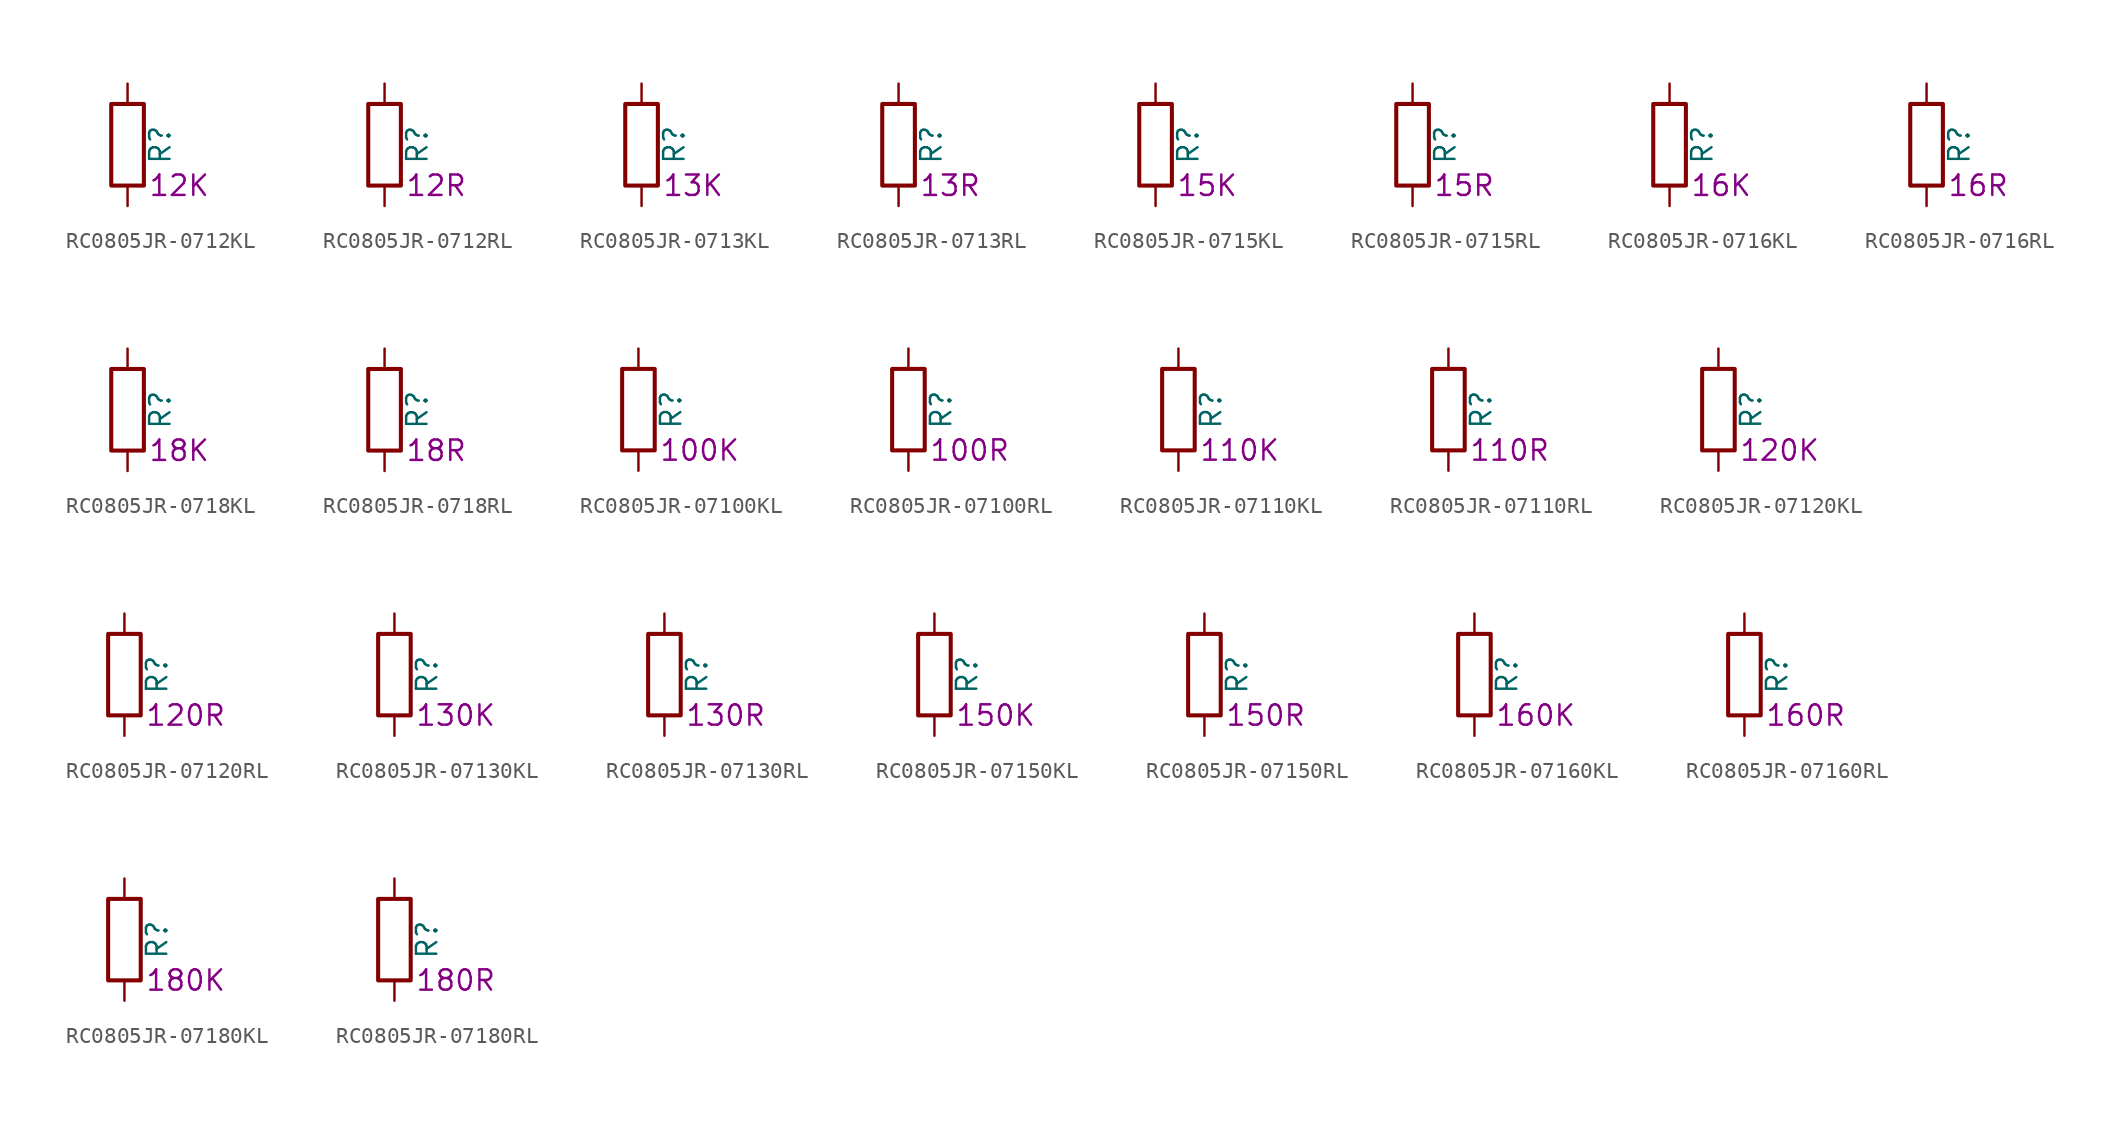
<source format=kicad_sym>
(kicad_symbol_lib
  (version 20220914)
  (generator kicad_symbol_editor)
  (symbol "RC0805JR-0712KL"
    (pin_numbers hide)
    (pin_names
      (offset 0))
    (property "Reference" "R"
      (at 2.032 0 90)
      (effects (font (size 1.27 1.27))))
    (property "Resistance" "12K"
      (at 1.27 -2.54 0)
      (effects (font (size 1.27 1.27)) (justify left)))
    (symbol "RC0805JR-0712KL_0_1"
      (rectangle (start -1.016 -2.54) (end 1.016 2.54) (stroke (width 0.254) (type default)) (fill (type none))))
    (symbol "RC0805JR-0712KL_1_1"
      (pin passive line (at 0 3.81 270) (length 1.27) (name "~" (effects (font (size 1.27 1.27)))) (number "1" (effects (font (size 1.27 1.27)))))
      (pin passive line (at 0 -3.81 90) (length 1.27) (name "~" (effects (font (size 1.27 1.27)))) (number "2" (effects (font (size 1.27 1.27)))))))
  (symbol "RC0805JR-0712RL"
    (pin_numbers hide)
    (pin_names
      (offset 0))
    (property "Reference" "R"
      (at 2.032 0 90)
      (effects (font (size 1.27 1.27))))
    (property "Resistance" "12R"
      (at 1.27 -2.54 0)
      (effects (font (size 1.27 1.27)) (justify left)))
    (symbol "RC0805JR-0712RL_0_1"
      (rectangle (start -1.016 -2.54) (end 1.016 2.54) (stroke (width 0.254) (type default)) (fill (type none))))
    (symbol "RC0805JR-0712RL_1_1"
      (pin passive line (at 0 3.81 270) (length 1.27) (name "~" (effects (font (size 1.27 1.27)))) (number "1" (effects (font (size 1.27 1.27)))))
      (pin passive line (at 0 -3.81 90) (length 1.27) (name "~" (effects (font (size 1.27 1.27)))) (number "2" (effects (font (size 1.27 1.27)))))))
  (symbol "RC0805JR-0713KL"
    (pin_numbers hide)
    (pin_names
      (offset 0))
    (property "Reference" "R"
      (at 2.032 0 90)
      (effects (font (size 1.27 1.27))))
    (property "Resistance" "13K"
      (at 1.27 -2.54 0)
      (effects (font (size 1.27 1.27)) (justify left)))
    (symbol "RC0805JR-0713KL_0_1"
      (rectangle (start -1.016 -2.54) (end 1.016 2.54) (stroke (width 0.254) (type default)) (fill (type none))))
    (symbol "RC0805JR-0713KL_1_1"
      (pin passive line (at 0 3.81 270) (length 1.27) (name "~" (effects (font (size 1.27 1.27)))) (number "1" (effects (font (size 1.27 1.27)))))
      (pin passive line (at 0 -3.81 90) (length 1.27) (name "~" (effects (font (size 1.27 1.27)))) (number "2" (effects (font (size 1.27 1.27)))))))
  (symbol "RC0805JR-0713RL"
    (pin_numbers hide)
    (pin_names
      (offset 0))
    (property "Reference" "R"
      (at 2.032 0 90)
      (effects (font (size 1.27 1.27))))
    (property "Resistance" "13R"
      (at 1.27 -2.54 0)
      (effects (font (size 1.27 1.27)) (justify left)))
    (symbol "RC0805JR-0713RL_0_1"
      (rectangle (start -1.016 -2.54) (end 1.016 2.54) (stroke (width 0.254) (type default)) (fill (type none))))
    (symbol "RC0805JR-0713RL_1_1"
      (pin passive line (at 0 3.81 270) (length 1.27) (name "~" (effects (font (size 1.27 1.27)))) (number "1" (effects (font (size 1.27 1.27)))))
      (pin passive line (at 0 -3.81 90) (length 1.27) (name "~" (effects (font (size 1.27 1.27)))) (number "2" (effects (font (size 1.27 1.27)))))))
  (symbol "RC0805JR-0715KL"
    (pin_numbers hide)
    (pin_names
      (offset 0))
    (property "Reference" "R"
      (at 2.032 0 90)
      (effects (font (size 1.27 1.27))))
    (property "Resistance" "15K"
      (at 1.27 -2.54 0)
      (effects (font (size 1.27 1.27)) (justify left)))
    (symbol "RC0805JR-0715KL_0_1"
      (rectangle (start -1.016 -2.54) (end 1.016 2.54) (stroke (width 0.254) (type default)) (fill (type none))))
    (symbol "RC0805JR-0715KL_1_1"
      (pin passive line (at 0 3.81 270) (length 1.27) (name "~" (effects (font (size 1.27 1.27)))) (number "1" (effects (font (size 1.27 1.27)))))
      (pin passive line (at 0 -3.81 90) (length 1.27) (name "~" (effects (font (size 1.27 1.27)))) (number "2" (effects (font (size 1.27 1.27)))))))
  (symbol "RC0805JR-0715RL"
    (pin_numbers hide)
    (pin_names
      (offset 0))
    (property "Reference" "R"
      (at 2.032 0 90)
      (effects (font (size 1.27 1.27))))
    (property "Resistance" "15R"
      (at 1.27 -2.54 0)
      (effects (font (size 1.27 1.27)) (justify left)))
    (symbol "RC0805JR-0715RL_0_1"
      (rectangle (start -1.016 -2.54) (end 1.016 2.54) (stroke (width 0.254) (type default)) (fill (type none))))
    (symbol "RC0805JR-0715RL_1_1"
      (pin passive line (at 0 3.81 270) (length 1.27) (name "~" (effects (font (size 1.27 1.27)))) (number "1" (effects (font (size 1.27 1.27)))))
      (pin passive line (at 0 -3.81 90) (length 1.27) (name "~" (effects (font (size 1.27 1.27)))) (number "2" (effects (font (size 1.27 1.27)))))))
  (symbol "RC0805JR-0716KL"
    (pin_numbers hide)
    (pin_names
      (offset 0))
    (property "Reference" "R"
      (at 2.032 0 90)
      (effects (font (size 1.27 1.27))))
    (property "Resistance" "16K"
      (at 1.27 -2.54 0)
      (effects (font (size 1.27 1.27)) (justify left)))
    (symbol "RC0805JR-0716KL_0_1"
      (rectangle (start -1.016 -2.54) (end 1.016 2.54) (stroke (width 0.254) (type default)) (fill (type none))))
    (symbol "RC0805JR-0716KL_1_1"
      (pin passive line (at 0 3.81 270) (length 1.27) (name "~" (effects (font (size 1.27 1.27)))) (number "1" (effects (font (size 1.27 1.27)))))
      (pin passive line (at 0 -3.81 90) (length 1.27) (name "~" (effects (font (size 1.27 1.27)))) (number "2" (effects (font (size 1.27 1.27)))))))
  (symbol "RC0805JR-0716RL"
    (pin_numbers hide)
    (pin_names
      (offset 0))
    (property "Reference" "R"
      (at 2.032 0 90)
      (effects (font (size 1.27 1.27))))
    (property "Resistance" "16R"
      (at 1.27 -2.54 0)
      (effects (font (size 1.27 1.27)) (justify left)))
    (symbol "RC0805JR-0716RL_0_1"
      (rectangle (start -1.016 -2.54) (end 1.016 2.54) (stroke (width 0.254) (type default)) (fill (type none))))
    (symbol "RC0805JR-0716RL_1_1"
      (pin passive line (at 0 3.81 270) (length 1.27) (name "~" (effects (font (size 1.27 1.27)))) (number "1" (effects (font (size 1.27 1.27)))))
      (pin passive line (at 0 -3.81 90) (length 1.27) (name "~" (effects (font (size 1.27 1.27)))) (number "2" (effects (font (size 1.27 1.27)))))))
  (symbol "RC0805JR-0718KL"
    (pin_numbers hide)
    (pin_names
      (offset 0))
    (property "Reference" "R"
      (at 2.032 0 90)
      (effects (font (size 1.27 1.27))))
    (property "Resistance" "18K"
      (at 1.27 -2.54 0)
      (effects (font (size 1.27 1.27)) (justify left)))
    (symbol "RC0805JR-0718KL_0_1"
      (rectangle (start -1.016 -2.54) (end 1.016 2.54) (stroke (width 0.254) (type default)) (fill (type none))))
    (symbol "RC0805JR-0718KL_1_1"
      (pin passive line (at 0 3.81 270) (length 1.27) (name "~" (effects (font (size 1.27 1.27)))) (number "1" (effects (font (size 1.27 1.27)))))
      (pin passive line (at 0 -3.81 90) (length 1.27) (name "~" (effects (font (size 1.27 1.27)))) (number "2" (effects (font (size 1.27 1.27)))))))
  (symbol "RC0805JR-0718RL"
    (pin_numbers hide)
    (pin_names
      (offset 0))
    (property "Reference" "R"
      (at 2.032 0 90)
      (effects (font (size 1.27 1.27))))
    (property "Resistance" "18R"
      (at 1.27 -2.54 0)
      (effects (font (size 1.27 1.27)) (justify left)))
    (symbol "RC0805JR-0718RL_0_1"
      (rectangle (start -1.016 -2.54) (end 1.016 2.54) (stroke (width 0.254) (type default)) (fill (type none))))
    (symbol "RC0805JR-0718RL_1_1"
      (pin passive line (at 0 3.81 270) (length 1.27) (name "~" (effects (font (size 1.27 1.27)))) (number "1" (effects (font (size 1.27 1.27)))))
      (pin passive line (at 0 -3.81 90) (length 1.27) (name "~" (effects (font (size 1.27 1.27)))) (number "2" (effects (font (size 1.27 1.27)))))))
  (symbol "RC0805JR-07100KL"
    (pin_numbers hide)
    (pin_names
      (offset 0))
    (property "Reference" "R"
      (at 2.032 0 90)
      (effects (font (size 1.27 1.27))))
    (property "Resistance" "100K"
      (at 1.27 -2.54 0)
      (effects (font (size 1.27 1.27)) (justify left)))
    (symbol "RC0805JR-07100KL_0_1"
      (rectangle (start -1.016 -2.54) (end 1.016 2.54) (stroke (width 0.254) (type default)) (fill (type none))))
    (symbol "RC0805JR-07100KL_1_1"
      (pin passive line (at 0 3.81 270) (length 1.27) (name "~" (effects (font (size 1.27 1.27)))) (number "1" (effects (font (size 1.27 1.27)))))
      (pin passive line (at 0 -3.81 90) (length 1.27) (name "~" (effects (font (size 1.27 1.27)))) (number "2" (effects (font (size 1.27 1.27)))))))
  (symbol "RC0805JR-07100RL"
    (pin_numbers hide)
    (pin_names
      (offset 0))
    (property "Reference" "R"
      (at 2.032 0 90)
      (effects (font (size 1.27 1.27))))
    (property "Resistance" "100R"
      (at 1.27 -2.54 0)
      (effects (font (size 1.27 1.27)) (justify left)))
    (symbol "RC0805JR-07100RL_0_1"
      (rectangle (start -1.016 -2.54) (end 1.016 2.54) (stroke (width 0.254) (type default)) (fill (type none))))
    (symbol "RC0805JR-07100RL_1_1"
      (pin passive line (at 0 3.81 270) (length 1.27) (name "~" (effects (font (size 1.27 1.27)))) (number "1" (effects (font (size 1.27 1.27)))))
      (pin passive line (at 0 -3.81 90) (length 1.27) (name "~" (effects (font (size 1.27 1.27)))) (number "2" (effects (font (size 1.27 1.27)))))))
  (symbol "RC0805JR-07110KL"
    (pin_numbers hide)
    (pin_names
      (offset 0))
    (property "Reference" "R"
      (at 2.032 0 90)
      (effects (font (size 1.27 1.27))))
    (property "Resistance" "110K"
      (at 1.27 -2.54 0)
      (effects (font (size 1.27 1.27)) (justify left)))
    (symbol "RC0805JR-07110KL_0_1"
      (rectangle (start -1.016 -2.54) (end 1.016 2.54) (stroke (width 0.254) (type default)) (fill (type none))))
    (symbol "RC0805JR-07110KL_1_1"
      (pin passive line (at 0 3.81 270) (length 1.27) (name "~" (effects (font (size 1.27 1.27)))) (number "1" (effects (font (size 1.27 1.27)))))
      (pin passive line (at 0 -3.81 90) (length 1.27) (name "~" (effects (font (size 1.27 1.27)))) (number "2" (effects (font (size 1.27 1.27)))))))
  (symbol "RC0805JR-07110RL"
    (pin_numbers hide)
    (pin_names
      (offset 0))
    (property "Reference" "R"
      (at 2.032 0 90)
      (effects (font (size 1.27 1.27))))
    (property "Resistance" "110R"
      (at 1.27 -2.54 0)
      (effects (font (size 1.27 1.27)) (justify left)))
    (symbol "RC0805JR-07110RL_0_1"
      (rectangle (start -1.016 -2.54) (end 1.016 2.54) (stroke (width 0.254) (type default)) (fill (type none))))
    (symbol "RC0805JR-07110RL_1_1"
      (pin passive line (at 0 3.81 270) (length 1.27) (name "~" (effects (font (size 1.27 1.27)))) (number "1" (effects (font (size 1.27 1.27)))))
      (pin passive line (at 0 -3.81 90) (length 1.27) (name "~" (effects (font (size 1.27 1.27)))) (number "2" (effects (font (size 1.27 1.27)))))))
  (symbol "RC0805JR-07120KL"
    (pin_numbers hide)
    (pin_names
      (offset 0))
    (property "Reference" "R"
      (at 2.032 0 90)
      (effects (font (size 1.27 1.27))))
    (property "Resistance" "120K"
      (at 1.27 -2.54 0)
      (effects (font (size 1.27 1.27)) (justify left)))
    (symbol "RC0805JR-07120KL_0_1"
      (rectangle (start -1.016 -2.54) (end 1.016 2.54) (stroke (width 0.254) (type default)) (fill (type none))))
    (symbol "RC0805JR-07120KL_1_1"
      (pin passive line (at 0 3.81 270) (length 1.27) (name "~" (effects (font (size 1.27 1.27)))) (number "1" (effects (font (size 1.27 1.27)))))
      (pin passive line (at 0 -3.81 90) (length 1.27) (name "~" (effects (font (size 1.27 1.27)))) (number "2" (effects (font (size 1.27 1.27)))))))
  (symbol "RC0805JR-07120RL"
    (pin_numbers hide)
    (pin_names
      (offset 0))
    (property "Reference" "R"
      (at 2.032 0 90)
      (effects (font (size 1.27 1.27))))
    (property "Resistance" "120R"
      (at 1.27 -2.54 0)
      (effects (font (size 1.27 1.27)) (justify left)))
    (symbol "RC0805JR-07120RL_0_1"
      (rectangle (start -1.016 -2.54) (end 1.016 2.54) (stroke (width 0.254) (type default)) (fill (type none))))
    (symbol "RC0805JR-07120RL_1_1"
      (pin passive line (at 0 3.81 270) (length 1.27) (name "~" (effects (font (size 1.27 1.27)))) (number "1" (effects (font (size 1.27 1.27)))))
      (pin passive line (at 0 -3.81 90) (length 1.27) (name "~" (effects (font (size 1.27 1.27)))) (number "2" (effects (font (size 1.27 1.27)))))))
  (symbol "RC0805JR-07130KL"
    (pin_numbers hide)
    (pin_names
      (offset 0))
    (property "Reference" "R"
      (at 2.032 0 90)
      (effects (font (size 1.27 1.27))))
    (property "Resistance" "130K"
      (at 1.27 -2.54 0)
      (effects (font (size 1.27 1.27)) (justify left)))
    (symbol "RC0805JR-07130KL_0_1"
      (rectangle (start -1.016 -2.54) (end 1.016 2.54) (stroke (width 0.254) (type default)) (fill (type none))))
    (symbol "RC0805JR-07130KL_1_1"
      (pin passive line (at 0 3.81 270) (length 1.27) (name "~" (effects (font (size 1.27 1.27)))) (number "1" (effects (font (size 1.27 1.27)))))
      (pin passive line (at 0 -3.81 90) (length 1.27) (name "~" (effects (font (size 1.27 1.27)))) (number "2" (effects (font (size 1.27 1.27)))))))
  (symbol "RC0805JR-07130RL"
    (pin_numbers hide)
    (pin_names
      (offset 0))
    (property "Reference" "R"
      (at 2.032 0 90)
      (effects (font (size 1.27 1.27))))
    (property "Resistance" "130R"
      (at 1.27 -2.54 0)
      (effects (font (size 1.27 1.27)) (justify left)))
    (symbol "RC0805JR-07130RL_0_1"
      (rectangle (start -1.016 -2.54) (end 1.016 2.54) (stroke (width 0.254) (type default)) (fill (type none))))
    (symbol "RC0805JR-07130RL_1_1"
      (pin passive line (at 0 3.81 270) (length 1.27) (name "~" (effects (font (size 1.27 1.27)))) (number "1" (effects (font (size 1.27 1.27)))))
      (pin passive line (at 0 -3.81 90) (length 1.27) (name "~" (effects (font (size 1.27 1.27)))) (number "2" (effects (font (size 1.27 1.27)))))))
  (symbol "RC0805JR-07150KL"
    (pin_numbers hide)
    (pin_names
      (offset 0))
    (property "Reference" "R"
      (at 2.032 0 90)
      (effects (font (size 1.27 1.27))))
    (property "Resistance" "150K"
      (at 1.27 -2.54 0)
      (effects (font (size 1.27 1.27)) (justify left)))
    (symbol "RC0805JR-07150KL_0_1"
      (rectangle (start -1.016 -2.54) (end 1.016 2.54) (stroke (width 0.254) (type default)) (fill (type none))))
    (symbol "RC0805JR-07150KL_1_1"
      (pin passive line (at 0 3.81 270) (length 1.27) (name "~" (effects (font (size 1.27 1.27)))) (number "1" (effects (font (size 1.27 1.27)))))
      (pin passive line (at 0 -3.81 90) (length 1.27) (name "~" (effects (font (size 1.27 1.27)))) (number "2" (effects (font (size 1.27 1.27)))))))
  (symbol "RC0805JR-07150RL"
    (pin_numbers hide)
    (pin_names
      (offset 0))
    (property "Reference" "R"
      (at 2.032 0 90)
      (effects (font (size 1.27 1.27))))
    (property "Resistance" "150R"
      (at 1.27 -2.54 0)
      (effects (font (size 1.27 1.27)) (justify left)))
    (symbol "RC0805JR-07150RL_0_1"
      (rectangle (start -1.016 -2.54) (end 1.016 2.54) (stroke (width 0.254) (type default)) (fill (type none))))
    (symbol "RC0805JR-07150RL_1_1"
      (pin passive line (at 0 3.81 270) (length 1.27) (name "~" (effects (font (size 1.27 1.27)))) (number "1" (effects (font (size 1.27 1.27)))))
      (pin passive line (at 0 -3.81 90) (length 1.27) (name "~" (effects (font (size 1.27 1.27)))) (number "2" (effects (font (size 1.27 1.27)))))))
  (symbol "RC0805JR-07160KL"
    (pin_numbers hide)
    (pin_names
      (offset 0))
    (property "Reference" "R"
      (at 2.032 0 90)
      (effects (font (size 1.27 1.27))))
    (property "Resistance" "160K"
      (at 1.27 -2.54 0)
      (effects (font (size 1.27 1.27)) (justify left)))
    (symbol "RC0805JR-07160KL_0_1"
      (rectangle (start -1.016 -2.54) (end 1.016 2.54) (stroke (width 0.254) (type default)) (fill (type none))))
    (symbol "RC0805JR-07160KL_1_1"
      (pin passive line (at 0 3.81 270) (length 1.27) (name "~" (effects (font (size 1.27 1.27)))) (number "1" (effects (font (size 1.27 1.27)))))
      (pin passive line (at 0 -3.81 90) (length 1.27) (name "~" (effects (font (size 1.27 1.27)))) (number "2" (effects (font (size 1.27 1.27)))))))
  (symbol "RC0805JR-07160RL"
    (pin_numbers hide)
    (pin_names
      (offset 0))
    (property "Reference" "R"
      (at 2.032 0 90)
      (effects (font (size 1.27 1.27))))
    (property "Resistance" "160R"
      (at 1.27 -2.54 0)
      (effects (font (size 1.27 1.27)) (justify left)))
    (symbol "RC0805JR-07160RL_0_1"
      (rectangle (start -1.016 -2.54) (end 1.016 2.54) (stroke (width 0.254) (type default)) (fill (type none))))
    (symbol "RC0805JR-07160RL_1_1"
      (pin passive line (at 0 3.81 270) (length 1.27) (name "~" (effects (font (size 1.27 1.27)))) (number "1" (effects (font (size 1.27 1.27)))))
      (pin passive line (at 0 -3.81 90) (length 1.27) (name "~" (effects (font (size 1.27 1.27)))) (number "2" (effects (font (size 1.27 1.27)))))))
  (symbol "RC0805JR-07180KL"
    (pin_numbers hide)
    (pin_names
      (offset 0))
    (property "Reference" "R"
      (at 2.032 0 90)
      (effects (font (size 1.27 1.27))))
    (property "Resistance" "180K"
      (at 1.27 -2.54 0)
      (effects (font (size 1.27 1.27)) (justify left)))
    (symbol "RC0805JR-07180KL_0_1"
      (rectangle (start -1.016 -2.54) (end 1.016 2.54) (stroke (width 0.254) (type default)) (fill (type none))))
    (symbol "RC0805JR-07180KL_1_1"
      (pin passive line (at 0 3.81 270) (length 1.27) (name "~" (effects (font (size 1.27 1.27)))) (number "1" (effects (font (size 1.27 1.27)))))
      (pin passive line (at 0 -3.81 90) (length 1.27) (name "~" (effects (font (size 1.27 1.27)))) (number "2" (effects (font (size 1.27 1.27)))))))
  (symbol "RC0805JR-07180RL"
    (pin_numbers hide)
    (pin_names
      (offset 0))
    (property "Reference" "R"
      (at 2.032 0 90)
      (effects (font (size 1.27 1.27))))
    (property "Resistance" "180R"
      (at 1.27 -2.54 0)
      (effects (font (size 1.27 1.27)) (justify left)))
    (symbol "RC0805JR-07180RL_0_1"
      (rectangle (start -1.016 -2.54) (end 1.016 2.54) (stroke (width 0.254) (type default)) (fill (type none))))
    (symbol "RC0805JR-07180RL_1_1"
      (pin passive line (at 0 3.81 270) (length 1.27) (name "~" (effects (font (size 1.27 1.27)))) (number "1" (effects (font (size 1.27 1.27)))))
      (pin passive line (at 0 -3.81 90) (length 1.27) (name "~" (effects (font (size 1.27 1.27)))) (number "2" (effects (font (size 1.27 1.27))))))))
</source>
